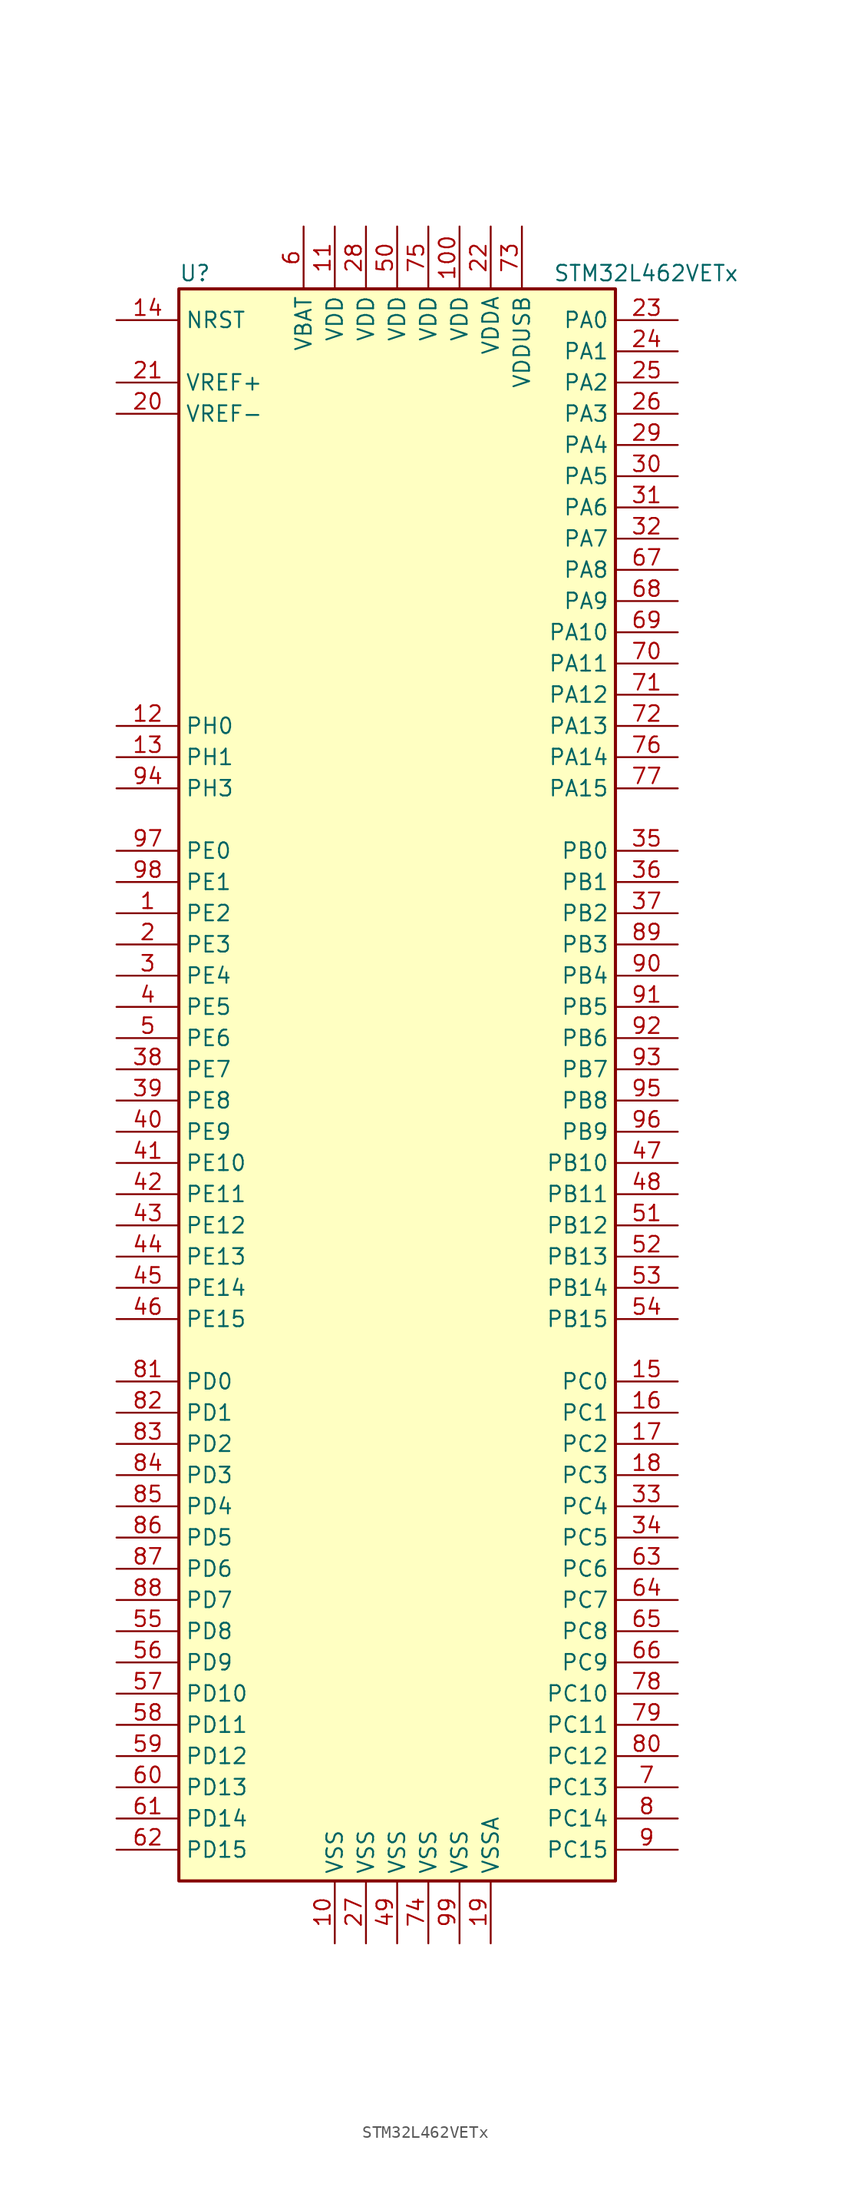
<source format=kicad_sym>
(kicad_symbol_lib
  (version 20211014)
  (generator kicad_symbol_editor)
  (symbol "STM32L462VETx"
    (property "Reference" "U"
      (at -17.78 64.77 0)
      (effects (font (size 1.27 1.27)) (justify left)))
    (property "Value" "STM32L462VETx"
      (at 12.7 64.77 0)
      (effects (font (size 1.27 1.27)) (justify left)))
    (symbol "STM32L462VETx_0_1"
      (rectangle (start -17.78 -66.04) (end 17.78 63.5) (stroke (width 0.254) (type default) (color 0 0 0 0)) (fill (type background))))
    (symbol "STM32L462VETx_1_1"
      (pin bidirectional line (at -22.86 12.7 0) (length 5.08) (name "PE2" (effects (font (size 1.27 1.27)))) (number "1" (effects (font (size 1.27 1.27)))))
      (pin power_in line (at -5.08 -71.12 90) (length 5.08) (name "VSS" (effects (font (size 1.27 1.27)))) (number "10" (effects (font (size 1.27 1.27)))))
      (pin power_in line (at 5.08 68.58 270) (length 5.08) (name "VDD" (effects (font (size 1.27 1.27)))) (number "100" (effects (font (size 1.27 1.27)))))
      (pin power_in line (at -5.08 68.58 270) (length 5.08) (name "VDD" (effects (font (size 1.27 1.27)))) (number "11" (effects (font (size 1.27 1.27)))))
      (pin input line (at -22.86 27.94 0) (length 5.08) (name "PH0" (effects (font (size 1.27 1.27)))) (number "12" (effects (font (size 1.27 1.27)))))
      (pin input line (at -22.86 25.4 0) (length 5.08) (name "PH1" (effects (font (size 1.27 1.27)))) (number "13" (effects (font (size 1.27 1.27)))))
      (pin input line (at -22.86 60.96 0) (length 5.08) (name "NRST" (effects (font (size 1.27 1.27)))) (number "14" (effects (font (size 1.27 1.27)))))
      (pin bidirectional line (at 22.86 -25.4 180) (length 5.08) (name "PC0" (effects (font (size 1.27 1.27)))) (number "15" (effects (font (size 1.27 1.27)))))
      (pin bidirectional line (at 22.86 -27.94 180) (length 5.08) (name "PC1" (effects (font (size 1.27 1.27)))) (number "16" (effects (font (size 1.27 1.27)))))
      (pin bidirectional line (at 22.86 -30.48 180) (length 5.08) (name "PC2" (effects (font (size 1.27 1.27)))) (number "17" (effects (font (size 1.27 1.27)))))
      (pin bidirectional line (at 22.86 -33.02 180) (length 5.08) (name "PC3" (effects (font (size 1.27 1.27)))) (number "18" (effects (font (size 1.27 1.27)))))
      (pin power_in line (at 7.62 -71.12 90) (length 5.08) (name "VSSA" (effects (font (size 1.27 1.27)))) (number "19" (effects (font (size 1.27 1.27)))))
      (pin bidirectional line (at -22.86 10.16 0) (length 5.08) (name "PE3" (effects (font (size 1.27 1.27)))) (number "2" (effects (font (size 1.27 1.27)))))
      (pin power_in line (at -22.86 53.34 0) (length 5.08) (name "VREF-" (effects (font (size 1.27 1.27)))) (number "20" (effects (font (size 1.27 1.27)))))
      (pin bidirectional line (at -22.86 55.88 0) (length 5.08) (name "VREF+" (effects (font (size 1.27 1.27)))) (number "21" (effects (font (size 1.27 1.27)))))
      (pin power_in line (at 7.62 68.58 270) (length 5.08) (name "VDDA" (effects (font (size 1.27 1.27)))) (number "22" (effects (font (size 1.27 1.27)))))
      (pin bidirectional line (at 22.86 60.96 180) (length 5.08) (name "PA0" (effects (font (size 1.27 1.27)))) (number "23" (effects (font (size 1.27 1.27)))))
      (pin bidirectional line (at 22.86 58.42 180) (length 5.08) (name "PA1" (effects (font (size 1.27 1.27)))) (number "24" (effects (font (size 1.27 1.27)))))
      (pin bidirectional line (at 22.86 55.88 180) (length 5.08) (name "PA2" (effects (font (size 1.27 1.27)))) (number "25" (effects (font (size 1.27 1.27)))))
      (pin bidirectional line (at 22.86 53.34 180) (length 5.08) (name "PA3" (effects (font (size 1.27 1.27)))) (number "26" (effects (font (size 1.27 1.27)))))
      (pin power_in line (at -2.54 -71.12 90) (length 5.08) (name "VSS" (effects (font (size 1.27 1.27)))) (number "27" (effects (font (size 1.27 1.27)))))
      (pin power_in line (at -2.54 68.58 270) (length 5.08) (name "VDD" (effects (font (size 1.27 1.27)))) (number "28" (effects (font (size 1.27 1.27)))))
      (pin bidirectional line (at 22.86 50.8 180) (length 5.08) (name "PA4" (effects (font (size 1.27 1.27)))) (number "29" (effects (font (size 1.27 1.27)))))
      (pin bidirectional line (at -22.86 7.62 0) (length 5.08) (name "PE4" (effects (font (size 1.27 1.27)))) (number "3" (effects (font (size 1.27 1.27)))))
      (pin bidirectional line (at 22.86 48.26 180) (length 5.08) (name "PA5" (effects (font (size 1.27 1.27)))) (number "30" (effects (font (size 1.27 1.27)))))
      (pin bidirectional line (at 22.86 45.72 180) (length 5.08) (name "PA6" (effects (font (size 1.27 1.27)))) (number "31" (effects (font (size 1.27 1.27)))))
      (pin bidirectional line (at 22.86 43.18 180) (length 5.08) (name "PA7" (effects (font (size 1.27 1.27)))) (number "32" (effects (font (size 1.27 1.27)))))
      (pin bidirectional line (at 22.86 -35.56 180) (length 5.08) (name "PC4" (effects (font (size 1.27 1.27)))) (number "33" (effects (font (size 1.27 1.27)))))
      (pin bidirectional line (at 22.86 -38.1 180) (length 5.08) (name "PC5" (effects (font (size 1.27 1.27)))) (number "34" (effects (font (size 1.27 1.27)))))
      (pin bidirectional line (at 22.86 17.78 180) (length 5.08) (name "PB0" (effects (font (size 1.27 1.27)))) (number "35" (effects (font (size 1.27 1.27)))))
      (pin bidirectional line (at 22.86 15.24 180) (length 5.08) (name "PB1" (effects (font (size 1.27 1.27)))) (number "36" (effects (font (size 1.27 1.27)))))
      (pin bidirectional line (at 22.86 12.7 180) (length 5.08) (name "PB2" (effects (font (size 1.27 1.27)))) (number "37" (effects (font (size 1.27 1.27)))))
      (pin bidirectional line (at -22.86 0 0) (length 5.08) (name "PE7" (effects (font (size 1.27 1.27)))) (number "38" (effects (font (size 1.27 1.27)))))
      (pin bidirectional line (at -22.86 -2.54 0) (length 5.08) (name "PE8" (effects (font (size 1.27 1.27)))) (number "39" (effects (font (size 1.27 1.27)))))
      (pin bidirectional line (at -22.86 5.08 0) (length 5.08) (name "PE5" (effects (font (size 1.27 1.27)))) (number "4" (effects (font (size 1.27 1.27)))))
      (pin bidirectional line (at -22.86 -5.08 0) (length 5.08) (name "PE9" (effects (font (size 1.27 1.27)))) (number "40" (effects (font (size 1.27 1.27)))))
      (pin bidirectional line (at -22.86 -7.62 0) (length 5.08) (name "PE10" (effects (font (size 1.27 1.27)))) (number "41" (effects (font (size 1.27 1.27)))))
      (pin bidirectional line (at -22.86 -10.16 0) (length 5.08) (name "PE11" (effects (font (size 1.27 1.27)))) (number "42" (effects (font (size 1.27 1.27)))))
      (pin bidirectional line (at -22.86 -12.7 0) (length 5.08) (name "PE12" (effects (font (size 1.27 1.27)))) (number "43" (effects (font (size 1.27 1.27)))))
      (pin bidirectional line (at -22.86 -15.24 0) (length 5.08) (name "PE13" (effects (font (size 1.27 1.27)))) (number "44" (effects (font (size 1.27 1.27)))))
      (pin bidirectional line (at -22.86 -17.78 0) (length 5.08) (name "PE14" (effects (font (size 1.27 1.27)))) (number "45" (effects (font (size 1.27 1.27)))))
      (pin bidirectional line (at -22.86 -20.32 0) (length 5.08) (name "PE15" (effects (font (size 1.27 1.27)))) (number "46" (effects (font (size 1.27 1.27)))))
      (pin bidirectional line (at 22.86 -7.62 180) (length 5.08) (name "PB10" (effects (font (size 1.27 1.27)))) (number "47" (effects (font (size 1.27 1.27)))))
      (pin bidirectional line (at 22.86 -10.16 180) (length 5.08) (name "PB11" (effects (font (size 1.27 1.27)))) (number "48" (effects (font (size 1.27 1.27)))))
      (pin power_in line (at 0 -71.12 90) (length 5.08) (name "VSS" (effects (font (size 1.27 1.27)))) (number "49" (effects (font (size 1.27 1.27)))))
      (pin bidirectional line (at -22.86 2.54 0) (length 5.08) (name "PE6" (effects (font (size 1.27 1.27)))) (number "5" (effects (font (size 1.27 1.27)))))
      (pin power_in line (at 0 68.58 270) (length 5.08) (name "VDD" (effects (font (size 1.27 1.27)))) (number "50" (effects (font (size 1.27 1.27)))))
      (pin bidirectional line (at 22.86 -12.7 180) (length 5.08) (name "PB12" (effects (font (size 1.27 1.27)))) (number "51" (effects (font (size 1.27 1.27)))))
      (pin bidirectional line (at 22.86 -15.24 180) (length 5.08) (name "PB13" (effects (font (size 1.27 1.27)))) (number "52" (effects (font (size 1.27 1.27)))))
      (pin bidirectional line (at 22.86 -17.78 180) (length 5.08) (name "PB14" (effects (font (size 1.27 1.27)))) (number "53" (effects (font (size 1.27 1.27)))))
      (pin bidirectional line (at 22.86 -20.32 180) (length 5.08) (name "PB15" (effects (font (size 1.27 1.27)))) (number "54" (effects (font (size 1.27 1.27)))))
      (pin bidirectional line (at -22.86 -45.72 0) (length 5.08) (name "PD8" (effects (font (size 1.27 1.27)))) (number "55" (effects (font (size 1.27 1.27)))))
      (pin bidirectional line (at -22.86 -48.26 0) (length 5.08) (name "PD9" (effects (font (size 1.27 1.27)))) (number "56" (effects (font (size 1.27 1.27)))))
      (pin bidirectional line (at -22.86 -50.8 0) (length 5.08) (name "PD10" (effects (font (size 1.27 1.27)))) (number "57" (effects (font (size 1.27 1.27)))))
      (pin bidirectional line (at -22.86 -53.34 0) (length 5.08) (name "PD11" (effects (font (size 1.27 1.27)))) (number "58" (effects (font (size 1.27 1.27)))))
      (pin bidirectional line (at -22.86 -55.88 0) (length 5.08) (name "PD12" (effects (font (size 1.27 1.27)))) (number "59" (effects (font (size 1.27 1.27)))))
      (pin power_in line (at -7.62 68.58 270) (length 5.08) (name "VBAT" (effects (font (size 1.27 1.27)))) (number "6" (effects (font (size 1.27 1.27)))))
      (pin bidirectional line (at -22.86 -58.42 0) (length 5.08) (name "PD13" (effects (font (size 1.27 1.27)))) (number "60" (effects (font (size 1.27 1.27)))))
      (pin bidirectional line (at -22.86 -60.96 0) (length 5.08) (name "PD14" (effects (font (size 1.27 1.27)))) (number "61" (effects (font (size 1.27 1.27)))))
      (pin bidirectional line (at -22.86 -63.5 0) (length 5.08) (name "PD15" (effects (font (size 1.27 1.27)))) (number "62" (effects (font (size 1.27 1.27)))))
      (pin bidirectional line (at 22.86 -40.64 180) (length 5.08) (name "PC6" (effects (font (size 1.27 1.27)))) (number "63" (effects (font (size 1.27 1.27)))))
      (pin bidirectional line (at 22.86 -43.18 180) (length 5.08) (name "PC7" (effects (font (size 1.27 1.27)))) (number "64" (effects (font (size 1.27 1.27)))))
      (pin bidirectional line (at 22.86 -45.72 180) (length 5.08) (name "PC8" (effects (font (size 1.27 1.27)))) (number "65" (effects (font (size 1.27 1.27)))))
      (pin bidirectional line (at 22.86 -48.26 180) (length 5.08) (name "PC9" (effects (font (size 1.27 1.27)))) (number "66" (effects (font (size 1.27 1.27)))))
      (pin bidirectional line (at 22.86 40.64 180) (length 5.08) (name "PA8" (effects (font (size 1.27 1.27)))) (number "67" (effects (font (size 1.27 1.27)))))
      (pin bidirectional line (at 22.86 38.1 180) (length 5.08) (name "PA9" (effects (font (size 1.27 1.27)))) (number "68" (effects (font (size 1.27 1.27)))))
      (pin bidirectional line (at 22.86 35.56 180) (length 5.08) (name "PA10" (effects (font (size 1.27 1.27)))) (number "69" (effects (font (size 1.27 1.27)))))
      (pin bidirectional line (at 22.86 -58.42 180) (length 5.08) (name "PC13" (effects (font (size 1.27 1.27)))) (number "7" (effects (font (size 1.27 1.27)))))
      (pin bidirectional line (at 22.86 33.02 180) (length 5.08) (name "PA11" (effects (font (size 1.27 1.27)))) (number "70" (effects (font (size 1.27 1.27)))))
      (pin bidirectional line (at 22.86 30.48 180) (length 5.08) (name "PA12" (effects (font (size 1.27 1.27)))) (number "71" (effects (font (size 1.27 1.27)))))
      (pin bidirectional line (at 22.86 27.94 180) (length 5.08) (name "PA13" (effects (font (size 1.27 1.27)))) (number "72" (effects (font (size 1.27 1.27)))))
      (pin power_in line (at 10.16 68.58 270) (length 5.08) (name "VDDUSB" (effects (font (size 1.27 1.27)))) (number "73" (effects (font (size 1.27 1.27)))))
      (pin power_in line (at 2.54 -71.12 90) (length 5.08) (name "VSS" (effects (font (size 1.27 1.27)))) (number "74" (effects (font (size 1.27 1.27)))))
      (pin power_in line (at 2.54 68.58 270) (length 5.08) (name "VDD" (effects (font (size 1.27 1.27)))) (number "75" (effects (font (size 1.27 1.27)))))
      (pin bidirectional line (at 22.86 25.4 180) (length 5.08) (name "PA14" (effects (font (size 1.27 1.27)))) (number "76" (effects (font (size 1.27 1.27)))))
      (pin bidirectional line (at 22.86 22.86 180) (length 5.08) (name "PA15" (effects (font (size 1.27 1.27)))) (number "77" (effects (font (size 1.27 1.27)))))
      (pin bidirectional line (at 22.86 -50.8 180) (length 5.08) (name "PC10" (effects (font (size 1.27 1.27)))) (number "78" (effects (font (size 1.27 1.27)))))
      (pin bidirectional line (at 22.86 -53.34 180) (length 5.08) (name "PC11" (effects (font (size 1.27 1.27)))) (number "79" (effects (font (size 1.27 1.27)))))
      (pin bidirectional line (at 22.86 -60.96 180) (length 5.08) (name "PC14" (effects (font (size 1.27 1.27)))) (number "8" (effects (font (size 1.27 1.27)))))
      (pin bidirectional line (at 22.86 -55.88 180) (length 5.08) (name "PC12" (effects (font (size 1.27 1.27)))) (number "80" (effects (font (size 1.27 1.27)))))
      (pin bidirectional line (at -22.86 -25.4 0) (length 5.08) (name "PD0" (effects (font (size 1.27 1.27)))) (number "81" (effects (font (size 1.27 1.27)))))
      (pin bidirectional line (at -22.86 -27.94 0) (length 5.08) (name "PD1" (effects (font (size 1.27 1.27)))) (number "82" (effects (font (size 1.27 1.27)))))
      (pin bidirectional line (at -22.86 -30.48 0) (length 5.08) (name "PD2" (effects (font (size 1.27 1.27)))) (number "83" (effects (font (size 1.27 1.27)))))
      (pin bidirectional line (at -22.86 -33.02 0) (length 5.08) (name "PD3" (effects (font (size 1.27 1.27)))) (number "84" (effects (font (size 1.27 1.27)))))
      (pin bidirectional line (at -22.86 -35.56 0) (length 5.08) (name "PD4" (effects (font (size 1.27 1.27)))) (number "85" (effects (font (size 1.27 1.27)))))
      (pin bidirectional line (at -22.86 -38.1 0) (length 5.08) (name "PD5" (effects (font (size 1.27 1.27)))) (number "86" (effects (font (size 1.27 1.27)))))
      (pin bidirectional line (at -22.86 -40.64 0) (length 5.08) (name "PD6" (effects (font (size 1.27 1.27)))) (number "87" (effects (font (size 1.27 1.27)))))
      (pin bidirectional line (at -22.86 -43.18 0) (length 5.08) (name "PD7" (effects (font (size 1.27 1.27)))) (number "88" (effects (font (size 1.27 1.27)))))
      (pin bidirectional line (at 22.86 10.16 180) (length 5.08) (name "PB3" (effects (font (size 1.27 1.27)))) (number "89" (effects (font (size 1.27 1.27)))))
      (pin bidirectional line (at 22.86 -63.5 180) (length 5.08) (name "PC15" (effects (font (size 1.27 1.27)))) (number "9" (effects (font (size 1.27 1.27)))))
      (pin bidirectional line (at 22.86 7.62 180) (length 5.08) (name "PB4" (effects (font (size 1.27 1.27)))) (number "90" (effects (font (size 1.27 1.27)))))
      (pin bidirectional line (at 22.86 5.08 180) (length 5.08) (name "PB5" (effects (font (size 1.27 1.27)))) (number "91" (effects (font (size 1.27 1.27)))))
      (pin bidirectional line (at 22.86 2.54 180) (length 5.08) (name "PB6" (effects (font (size 1.27 1.27)))) (number "92" (effects (font (size 1.27 1.27)))))
      (pin bidirectional line (at 22.86 0 180) (length 5.08) (name "PB7" (effects (font (size 1.27 1.27)))) (number "93" (effects (font (size 1.27 1.27)))))
      (pin bidirectional line (at -22.86 22.86 0) (length 5.08) (name "PH3" (effects (font (size 1.27 1.27)))) (number "94" (effects (font (size 1.27 1.27)))))
      (pin bidirectional line (at 22.86 -2.54 180) (length 5.08) (name "PB8" (effects (font (size 1.27 1.27)))) (number "95" (effects (font (size 1.27 1.27)))))
      (pin bidirectional line (at 22.86 -5.08 180) (length 5.08) (name "PB9" (effects (font (size 1.27 1.27)))) (number "96" (effects (font (size 1.27 1.27)))))
      (pin bidirectional line (at -22.86 17.78 0) (length 5.08) (name "PE0" (effects (font (size 1.27 1.27)))) (number "97" (effects (font (size 1.27 1.27)))))
      (pin bidirectional line (at -22.86 15.24 0) (length 5.08) (name "PE1" (effects (font (size 1.27 1.27)))) (number "98" (effects (font (size 1.27 1.27)))))
      (pin power_in line (at 5.08 -71.12 90) (length 5.08) (name "VSS" (effects (font (size 1.27 1.27)))) (number "99" (effects (font (size 1.27 1.27))))))))
</source>
